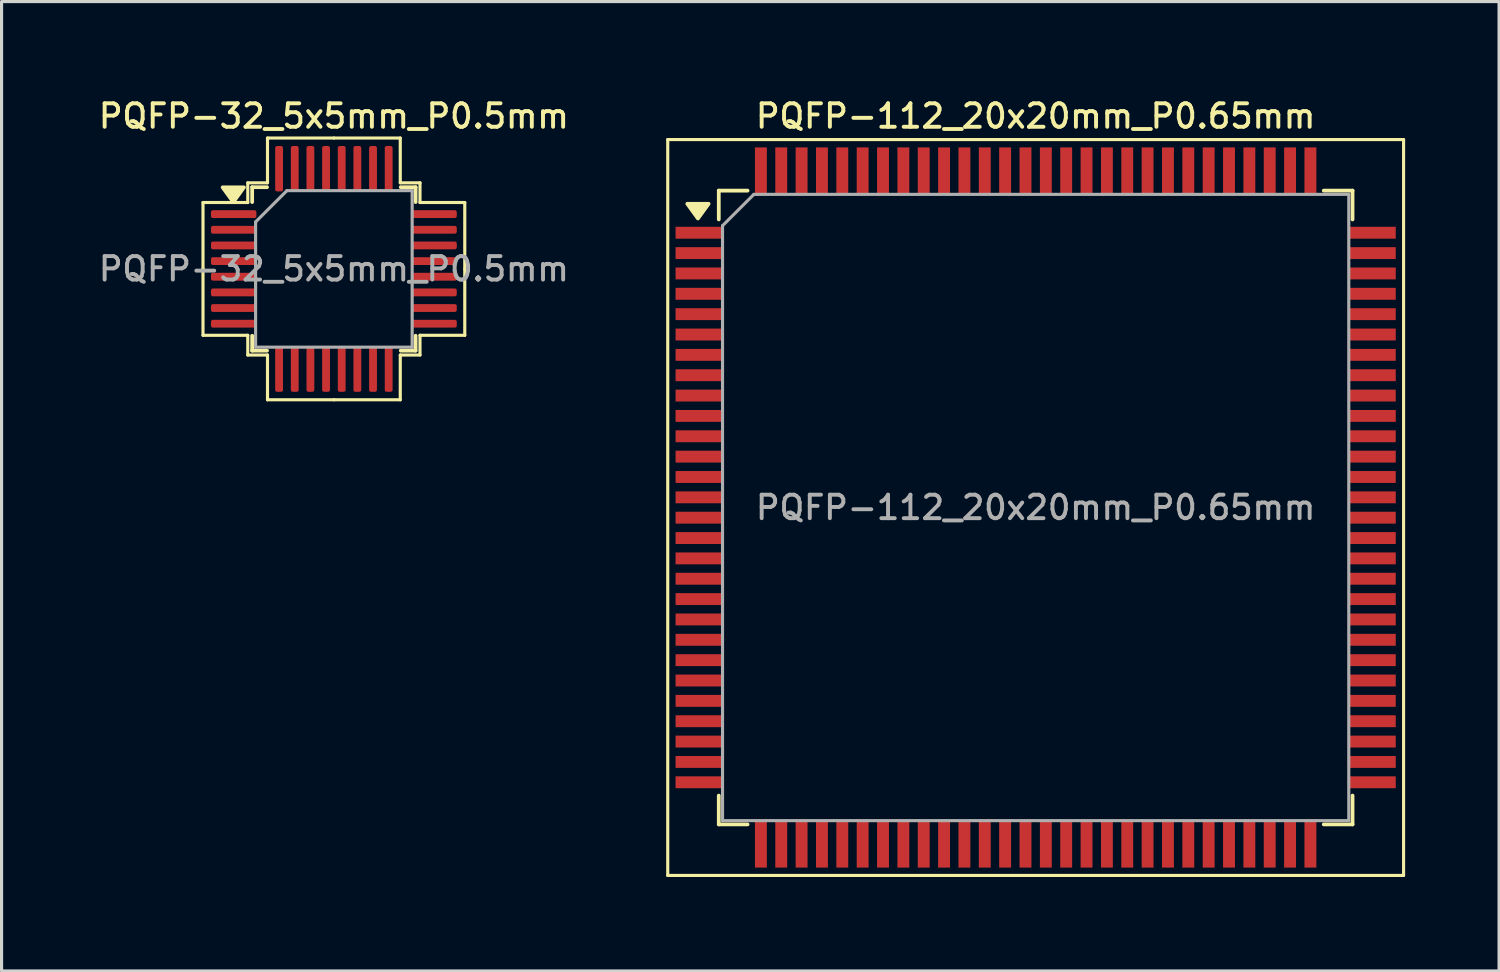
<source format=kicad_pcb>
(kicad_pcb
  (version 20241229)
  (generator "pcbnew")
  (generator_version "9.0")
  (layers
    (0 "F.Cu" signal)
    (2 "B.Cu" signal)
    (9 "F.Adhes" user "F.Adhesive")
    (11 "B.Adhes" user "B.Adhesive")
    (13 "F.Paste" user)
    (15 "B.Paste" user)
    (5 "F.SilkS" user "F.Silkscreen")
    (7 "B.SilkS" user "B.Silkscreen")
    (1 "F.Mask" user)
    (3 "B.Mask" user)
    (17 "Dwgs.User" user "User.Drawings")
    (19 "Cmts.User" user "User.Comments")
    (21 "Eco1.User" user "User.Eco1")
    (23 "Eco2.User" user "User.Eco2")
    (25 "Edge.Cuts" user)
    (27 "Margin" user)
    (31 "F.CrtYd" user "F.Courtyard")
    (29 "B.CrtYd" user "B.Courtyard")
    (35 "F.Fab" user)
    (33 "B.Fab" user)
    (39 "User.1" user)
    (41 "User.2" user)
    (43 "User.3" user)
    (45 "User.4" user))
  (footprint "PQFP-112_20x20mm_P0.65mm"
    (layer "F.Cu")
    (at 30.025 13.158)
    (property "Reference" "PQFP-112_20x20mm_P0.65mm" (at 0 -12.5 0) (layer "F.SilkS") (effects (font (size 0.75 0.75) (thickness 0.125))))
    (attr smd)
    (fp_line (start -11.75 -11.75) (end -11.75 11.75) (stroke (width 0.1) (type solid)) (layer "F.SilkS"))
    (fp_line (start -11.75 -11.75) (end 11.75 -11.75) (stroke (width 0.1) (type solid)) (layer "F.SilkS"))
    (fp_line (start -11.75 11.75) (end 11.75 11.75) (stroke (width 0.1) (type solid)) (layer "F.SilkS"))
    (fp_line (start -10.12 -10.12) (end -10.12 -9.2) (stroke (width 0.12) (type solid)) (layer "F.SilkS"))
    (fp_line (start -10.12 10.12) (end -10.12 9.2) (stroke (width 0.12) (type solid)) (layer "F.SilkS"))
    (fp_line (start -9.2 -10.12) (end -10.12 -10.12) (stroke (width 0.12) (type solid)) (layer "F.SilkS"))
    (fp_line (start -9.2 10.12) (end -10.12 10.12) (stroke (width 0.12) (type solid)) (layer "F.SilkS"))
    (fp_line (start 9.2 -10.12) (end 10.12 -10.12) (stroke (width 0.12) (type solid)) (layer "F.SilkS"))
    (fp_line (start 9.2 10.12) (end 10.12 10.12) (stroke (width 0.12) (type solid)) (layer "F.SilkS"))
    (fp_line (start 10.12 -10.12) (end 10.12 -9.2) (stroke (width 0.12) (type solid)) (layer "F.SilkS"))
    (fp_line (start 10.12 10.12) (end 10.12 9.2) (stroke (width 0.12) (type solid)) (layer "F.SilkS"))
    (fp_line (start 11.75 -11.75) (end 11.75 11.75) (stroke (width 0.1) (type solid)) (layer "F.SilkS"))
    (fp_poly (pts (xy -10.785 -9.23) (xy -11.125 -9.7) (xy -10.445 -9.7) (xy -10.785 -9.23)) (stroke (width 0.12) (type solid)) (fill yes) (layer "F.SilkS"))
    (fp_line (start -10 -9) (end -10 10) (stroke (width 0.1) (type solid)) (layer "F.Fab"))
    (fp_line (start -9 -10) (end -10 -9) (stroke (width 0.1) (type solid)) (layer "F.Fab"))
    (fp_line (start -9 -10) (end 10 -10) (stroke (width 0.1) (type solid)) (layer "F.Fab"))
    (fp_line (start 10 10) (end -10 10) (stroke (width 0.1) (type solid)) (layer "F.Fab"))
    (fp_line (start 10 10) (end 10 -10) (stroke (width 0.1) (type solid)) (layer "F.Fab"))
    (fp_text user "${REFERENCE}" (at 0 0 0) (layer "F.Fab") (effects (font (size 0.75 0.75) (thickness 0.125))))
    (pad "1" smd rect (at -10.75 -8.775) (size 1.5 0.38) (layers "F.Cu" "F.Mask" "F.Paste"))
    (pad "2" smd rect (at -10.75 -8.125) (size 1.5 0.38) (layers "F.Cu" "F.Mask" "F.Paste"))
    (pad "3" smd rect (at -10.75 -7.475) (size 1.5 0.38) (layers "F.Cu" "F.Mask" "F.Paste"))
    (pad "4" smd rect (at -10.75 -6.825) (size 1.5 0.38) (layers "F.Cu" "F.Mask" "F.Paste"))
    (pad "5" smd rect (at -10.75 -6.175) (size 1.5 0.38) (layers "F.Cu" "F.Mask" "F.Paste"))
    (pad "6" smd rect (at -10.75 -5.525) (size 1.5 0.38) (layers "F.Cu" "F.Mask" "F.Paste"))
    (pad "7" smd rect (at -10.75 -4.875) (size 1.5 0.38) (layers "F.Cu" "F.Mask" "F.Paste"))
    (pad "8" smd rect (at -10.75 -4.225) (size 1.5 0.38) (layers "F.Cu" "F.Mask" "F.Paste"))
    (pad "9" smd rect (at -10.75 -3.575) (size 1.5 0.38) (layers "F.Cu" "F.Mask" "F.Paste"))
    (pad "10" smd rect (at -10.75 -2.925) (size 1.5 0.38) (layers "F.Cu" "F.Mask" "F.Paste"))
    (pad "11" smd rect (at -10.75 -2.275) (size 1.5 0.38) (layers "F.Cu" "F.Mask" "F.Paste"))
    (pad "12" smd rect (at -10.75 -1.625) (size 1.5 0.38) (layers "F.Cu" "F.Mask" "F.Paste"))
    (pad "13" smd rect (at -10.75 -0.975) (size 1.5 0.38) (layers "F.Cu" "F.Mask" "F.Paste"))
    (pad "14" smd rect (at -10.75 -0.325) (size 1.5 0.38) (layers "F.Cu" "F.Mask" "F.Paste"))
    (pad "15" smd rect (at -10.75 0.325) (size 1.5 0.38) (layers "F.Cu" "F.Mask" "F.Paste"))
    (pad "16" smd rect (at -10.75 0.975) (size 1.5 0.38) (layers "F.Cu" "F.Mask" "F.Paste"))
    (pad "17" smd rect (at -10.75 1.625) (size 1.5 0.38) (layers "F.Cu" "F.Mask" "F.Paste"))
    (pad "18" smd rect (at -10.75 2.275) (size 1.5 0.38) (layers "F.Cu" "F.Mask" "F.Paste"))
    (pad "19" smd rect (at -10.75 2.925) (size 1.5 0.38) (layers "F.Cu" "F.Mask" "F.Paste"))
    (pad "20" smd rect (at -10.75 3.575) (size 1.5 0.38) (layers "F.Cu" "F.Mask" "F.Paste"))
    (pad "21" smd rect (at -10.75 4.225) (size 1.5 0.38) (layers "F.Cu" "F.Mask" "F.Paste"))
    (pad "22" smd rect (at -10.75 4.875) (size 1.5 0.38) (layers "F.Cu" "F.Mask" "F.Paste"))
    (pad "23" smd rect (at -10.75 5.525) (size 1.5 0.38) (layers "F.Cu" "F.Mask" "F.Paste"))
    (pad "24" smd rect (at -10.75 6.175) (size 1.5 0.38) (layers "F.Cu" "F.Mask" "F.Paste"))
    (pad "25" smd rect (at -10.75 6.825) (size 1.5 0.38) (layers "F.Cu" "F.Mask" "F.Paste"))
    (pad "26" smd rect (at -10.75 7.475) (size 1.5 0.38) (layers "F.Cu" "F.Mask" "F.Paste"))
    (pad "27" smd rect (at -10.75 8.125) (size 1.5 0.38) (layers "F.Cu" "F.Mask" "F.Paste"))
    (pad "28" smd rect (at -10.75 8.775) (size 1.5 0.38) (layers "F.Cu" "F.Mask" "F.Paste"))
    (pad "29" smd rect (at -8.775 10.75) (size 0.38 1.5) (layers "F.Cu" "F.Mask" "F.Paste"))
    (pad "30" smd rect (at -8.125 10.75) (size 0.38 1.5) (layers "F.Cu" "F.Mask" "F.Paste"))
    (pad "31" smd rect (at -7.475 10.75) (size 0.38 1.5) (layers "F.Cu" "F.Mask" "F.Paste"))
    (pad "32" smd rect (at -6.825 10.75) (size 0.38 1.5) (layers "F.Cu" "F.Mask" "F.Paste"))
    (pad "33" smd rect (at -6.175 10.75) (size 0.38 1.5) (layers "F.Cu" "F.Mask" "F.Paste"))
    (pad "34" smd rect (at -5.525 10.75) (size 0.38 1.5) (layers "F.Cu" "F.Mask" "F.Paste"))
    (pad "35" smd rect (at -4.875 10.75) (size 0.38 1.5) (layers "F.Cu" "F.Mask" "F.Paste"))
    (pad "36" smd rect (at -4.225 10.75) (size 0.38 1.5) (layers "F.Cu" "F.Mask" "F.Paste"))
    (pad "37" smd rect (at -3.575 10.75) (size 0.38 1.5) (layers "F.Cu" "F.Mask" "F.Paste"))
    (pad "38" smd rect (at -2.925 10.75) (size 0.38 1.5) (layers "F.Cu" "F.Mask" "F.Paste"))
    (pad "39" smd rect (at -2.275 10.75) (size 0.38 1.5) (layers "F.Cu" "F.Mask" "F.Paste"))
    (pad "40" smd rect (at -1.625 10.75) (size 0.38 1.5) (layers "F.Cu" "F.Mask" "F.Paste"))
    (pad "41" smd rect (at -0.975 10.75) (size 0.38 1.5) (layers "F.Cu" "F.Mask" "F.Paste"))
    (pad "42" smd rect (at -0.325 10.75) (size 0.38 1.5) (layers "F.Cu" "F.Mask" "F.Paste"))
    (pad "43" smd rect (at 0.325 10.75) (size 0.38 1.5) (layers "F.Cu" "F.Mask" "F.Paste"))
    (pad "44" smd rect (at 0.975 10.75) (size 0.38 1.5) (layers "F.Cu" "F.Mask" "F.Paste"))
    (pad "45" smd rect (at 1.625 10.75) (size 0.38 1.5) (layers "F.Cu" "F.Mask" "F.Paste"))
    (pad "46" smd rect (at 2.275 10.75) (size 0.38 1.5) (layers "F.Cu" "F.Mask" "F.Paste"))
    (pad "47" smd rect (at 2.925 10.75) (size 0.38 1.5) (layers "F.Cu" "F.Mask" "F.Paste"))
    (pad "48" smd rect (at 3.575 10.75) (size 0.38 1.5) (layers "F.Cu" "F.Mask" "F.Paste"))
    (pad "49" smd rect (at 4.225 10.75) (size 0.38 1.5) (layers "F.Cu" "F.Mask" "F.Paste"))
    (pad "50" smd rect (at 4.875 10.75) (size 0.38 1.5) (layers "F.Cu" "F.Mask" "F.Paste"))
    (pad "51" smd rect (at 5.525 10.75) (size 0.38 1.5) (layers "F.Cu" "F.Mask" "F.Paste"))
    (pad "52" smd rect (at 6.175 10.75) (size 0.38 1.5) (layers "F.Cu" "F.Mask" "F.Paste"))
    (pad "53" smd rect (at 6.825 10.75) (size 0.38 1.5) (layers "F.Cu" "F.Mask" "F.Paste"))
    (pad "54" smd rect (at 7.475 10.75) (size 0.38 1.5) (layers "F.Cu" "F.Mask" "F.Paste"))
    (pad "55" smd rect (at 8.125 10.75) (size 0.38 1.5) (layers "F.Cu" "F.Mask" "F.Paste"))
    (pad "56" smd rect (at 8.775 10.75) (size 0.38 1.5) (layers "F.Cu" "F.Mask" "F.Paste"))
    (pad "57" smd rect (at 10.75 8.775) (size 1.5 0.38) (layers "F.Cu" "F.Mask" "F.Paste"))
    (pad "58" smd rect (at 10.75 8.125) (size 1.5 0.38) (layers "F.Cu" "F.Mask" "F.Paste"))
    (pad "59" smd rect (at 10.75 7.475) (size 1.5 0.38) (layers "F.Cu" "F.Mask" "F.Paste"))
    (pad "60" smd rect (at 10.75 6.825) (size 1.5 0.38) (layers "F.Cu" "F.Mask" "F.Paste"))
    (pad "61" smd rect (at 10.75 6.175) (size 1.5 0.38) (layers "F.Cu" "F.Mask" "F.Paste"))
    (pad "62" smd rect (at 10.75 5.525) (size 1.5 0.38) (layers "F.Cu" "F.Mask" "F.Paste"))
    (pad "63" smd rect (at 10.75 4.875) (size 1.5 0.38) (layers "F.Cu" "F.Mask" "F.Paste"))
    (pad "64" smd rect (at 10.75 4.225) (size 1.5 0.38) (layers "F.Cu" "F.Mask" "F.Paste"))
    (pad "65" smd rect (at 10.75 3.575) (size 1.5 0.38) (layers "F.Cu" "F.Mask" "F.Paste"))
    (pad "66" smd rect (at 10.75 2.925) (size 1.5 0.38) (layers "F.Cu" "F.Mask" "F.Paste"))
    (pad "67" smd rect (at 10.75 2.275) (size 1.5 0.38) (layers "F.Cu" "F.Mask" "F.Paste"))
    (pad "68" smd rect (at 10.75 1.625) (size 1.5 0.38) (layers "F.Cu" "F.Mask" "F.Paste"))
    (pad "69" smd rect (at 10.75 0.975) (size 1.5 0.38) (layers "F.Cu" "F.Mask" "F.Paste"))
    (pad "70" smd rect (at 10.75 0.325) (size 1.5 0.38) (layers "F.Cu" "F.Mask" "F.Paste"))
    (pad "71" smd rect (at 10.75 -0.325) (size 1.5 0.38) (layers "F.Cu" "F.Mask" "F.Paste"))
    (pad "72" smd rect (at 10.75 -0.975) (size 1.5 0.38) (layers "F.Cu" "F.Mask" "F.Paste"))
    (pad "73" smd rect (at 10.75 -1.625) (size 1.5 0.38) (layers "F.Cu" "F.Mask" "F.Paste"))
    (pad "74" smd rect (at 10.75 -2.275) (size 1.5 0.38) (layers "F.Cu" "F.Mask" "F.Paste"))
    (pad "75" smd rect (at 10.75 -2.925) (size 1.5 0.38) (layers "F.Cu" "F.Mask" "F.Paste"))
    (pad "76" smd rect (at 10.75 -3.575) (size 1.5 0.38) (layers "F.Cu" "F.Mask" "F.Paste"))
    (pad "77" smd rect (at 10.75 -4.225) (size 1.5 0.38) (layers "F.Cu" "F.Mask" "F.Paste"))
    (pad "78" smd rect (at 10.75 -4.875) (size 1.5 0.38) (layers "F.Cu" "F.Mask" "F.Paste"))
    (pad "79" smd rect (at 10.75 -5.525) (size 1.5 0.38) (layers "F.Cu" "F.Mask" "F.Paste"))
    (pad "80" smd rect (at 10.75 -6.175) (size 1.5 0.38) (layers "F.Cu" "F.Mask" "F.Paste"))
    (pad "81" smd rect (at 10.75 -6.825) (size 1.5 0.38) (layers "F.Cu" "F.Mask" "F.Paste"))
    (pad "82" smd rect (at 10.75 -7.475) (size 1.5 0.38) (layers "F.Cu" "F.Mask" "F.Paste"))
    (pad "83" smd rect (at 10.75 -8.125) (size 1.5 0.38) (layers "F.Cu" "F.Mask" "F.Paste"))
    (pad "84" smd rect (at 10.75 -8.775) (size 1.5 0.38) (layers "F.Cu" "F.Mask" "F.Paste"))
    (pad "85" smd rect (at 8.775 -10.75) (size 0.38 1.5) (layers "F.Cu" "F.Mask" "F.Paste"))
    (pad "86" smd rect (at 8.125 -10.75) (size 0.38 1.5) (layers "F.Cu" "F.Mask" "F.Paste"))
    (pad "87" smd rect (at 7.475 -10.75) (size 0.38 1.5) (layers "F.Cu" "F.Mask" "F.Paste"))
    (pad "88" smd rect (at 6.825 -10.75) (size 0.38 1.5) (layers "F.Cu" "F.Mask" "F.Paste"))
    (pad "89" smd rect (at 6.175 -10.75) (size 0.38 1.5) (layers "F.Cu" "F.Mask" "F.Paste"))
    (pad "90" smd rect (at 5.525 -10.75) (size 0.38 1.5) (layers "F.Cu" "F.Mask" "F.Paste"))
    (pad "91" smd rect (at 4.875 -10.75) (size 0.38 1.5) (layers "F.Cu" "F.Mask" "F.Paste"))
    (pad "92" smd rect (at 4.225 -10.75) (size 0.38 1.5) (layers "F.Cu" "F.Mask" "F.Paste"))
    (pad "93" smd rect (at 3.575 -10.75) (size 0.38 1.5) (layers "F.Cu" "F.Mask" "F.Paste"))
    (pad "94" smd rect (at 2.925 -10.75) (size 0.38 1.5) (layers "F.Cu" "F.Mask" "F.Paste"))
    (pad "95" smd rect (at 2.275 -10.75) (size 0.38 1.5) (layers "F.Cu" "F.Mask" "F.Paste"))
    (pad "96" smd rect (at 1.625 -10.75) (size 0.38 1.5) (layers "F.Cu" "F.Mask" "F.Paste"))
    (pad "97" smd rect (at 0.975 -10.75) (size 0.38 1.5) (layers "F.Cu" "F.Mask" "F.Paste"))
    (pad "98" smd rect (at 0.325 -10.75) (size 0.38 1.5) (layers "F.Cu" "F.Mask" "F.Paste"))
    (pad "99" smd rect (at -0.325 -10.75) (size 0.38 1.5) (layers "F.Cu" "F.Mask" "F.Paste"))
    (pad "100" smd rect (at -0.975 -10.75) (size 0.38 1.5) (layers "F.Cu" "F.Mask" "F.Paste"))
    (pad "101" smd rect (at -1.625 -10.75) (size 0.38 1.5) (layers "F.Cu" "F.Mask" "F.Paste"))
    (pad "102" smd rect (at -2.275 -10.75) (size 0.38 1.5) (layers "F.Cu" "F.Mask" "F.Paste"))
    (pad "103" smd rect (at -2.925 -10.75) (size 0.38 1.5) (layers "F.Cu" "F.Mask" "F.Paste"))
    (pad "104" smd rect (at -3.575 -10.75) (size 0.38 1.5) (layers "F.Cu" "F.Mask" "F.Paste"))
    (pad "105" smd rect (at -4.225 -10.75) (size 0.38 1.5) (layers "F.Cu" "F.Mask" "F.Paste"))
    (pad "106" smd rect (at -4.875 -10.75) (size 0.38 1.5) (layers "F.Cu" "F.Mask" "F.Paste"))
    (pad "107" smd rect (at -5.525 -10.75) (size 0.38 1.5) (layers "F.Cu" "F.Mask" "F.Paste"))
    (pad "108" smd rect (at -6.175 -10.75) (size 0.38 1.5) (layers "F.Cu" "F.Mask" "F.Paste"))
    (pad "109" smd rect (at -6.825 -10.75) (size 0.38 1.5) (layers "F.Cu" "F.Mask" "F.Paste"))
    (pad "110" smd rect (at -7.475 -10.75) (size 0.38 1.5) (layers "F.Cu" "F.Mask" "F.Paste"))
    (pad "111" smd rect (at -8.125 -10.75) (size 0.38 1.5) (layers "F.Cu" "F.Mask" "F.Paste"))
    (pad "112" smd rect (at -8.775 -10.75) (size 0.38 1.5) (layers "F.Cu" "F.Mask" "F.Paste")))
  (footprint "PQFP-32_5x5mm_P0.5mm"
    (layer "F.Cu")
    (at 7.613 5.538)
    (property "Reference" "PQFP-32_5x5mm_P0.5mm" (at 0 -4.88 0) (layer "F.SilkS") (effects (font (size 0.75 0.75) (thickness 0.125))))
    (attr smd)
    (fp_line (start -4.18 -2.12) (end -4.18 0) (stroke (width 0.1) (type solid)) (layer "F.SilkS"))
    (fp_line (start -4.18 2.12) (end -4.18 0) (stroke (width 0.1) (type solid)) (layer "F.SilkS"))
    (fp_line (start -2.75 -2.75) (end -2.75 -2.12) (stroke (width 0.1) (type solid)) (layer "F.SilkS"))
    (fp_line (start -2.75 -2.12) (end -4.18 -2.12) (stroke (width 0.1) (type solid)) (layer "F.SilkS"))
    (fp_line (start -2.75 2.12) (end -4.18 2.12) (stroke (width 0.1) (type solid)) (layer "F.SilkS"))
    (fp_line (start -2.75 2.75) (end -2.75 2.12) (stroke (width 0.1) (type solid)) (layer "F.SilkS"))
    (fp_line (start -2.61 -2.61) (end -2.61 -2.135) (stroke (width 0.12) (type solid)) (layer "F.SilkS"))
    (fp_line (start -2.61 2.61) (end -2.61 2.135) (stroke (width 0.12) (type solid)) (layer "F.SilkS"))
    (fp_line (start -2.135 -2.61) (end -2.61 -2.61) (stroke (width 0.12) (type solid)) (layer "F.SilkS"))
    (fp_line (start -2.135 2.61) (end -2.61 2.61) (stroke (width 0.12) (type solid)) (layer "F.SilkS"))
    (fp_line (start -2.12 -4.18) (end -2.12 -2.75) (stroke (width 0.1) (type solid)) (layer "F.SilkS"))
    (fp_line (start -2.12 -2.75) (end -2.75 -2.75) (stroke (width 0.1) (type solid)) (layer "F.SilkS"))
    (fp_line (start -2.12 2.75) (end -2.75 2.75) (stroke (width 0.1) (type solid)) (layer "F.SilkS"))
    (fp_line (start -2.12 4.18) (end -2.12 2.75) (stroke (width 0.1) (type solid)) (layer "F.SilkS"))
    (fp_line (start 0 -4.18) (end -2.12 -4.18) (stroke (width 0.1) (type solid)) (layer "F.SilkS"))
    (fp_line (start 0 -4.18) (end 2.12 -4.18) (stroke (width 0.1) (type solid)) (layer "F.SilkS"))
    (fp_line (start 0 4.18) (end -2.12 4.18) (stroke (width 0.1) (type solid)) (layer "F.SilkS"))
    (fp_line (start 0 4.18) (end 2.12 4.18) (stroke (width 0.1) (type solid)) (layer "F.SilkS"))
    (fp_line (start 2.12 -4.18) (end 2.12 -2.75) (stroke (width 0.1) (type solid)) (layer "F.SilkS"))
    (fp_line (start 2.12 -2.75) (end 2.75 -2.75) (stroke (width 0.1) (type solid)) (layer "F.SilkS"))
    (fp_line (start 2.12 2.75) (end 2.75 2.75) (stroke (width 0.1) (type solid)) (layer "F.SilkS"))
    (fp_line (start 2.12 4.18) (end 2.12 2.75) (stroke (width 0.1) (type solid)) (layer "F.SilkS"))
    (fp_line (start 2.135 -2.61) (end 2.61 -2.61) (stroke (width 0.12) (type solid)) (layer "F.SilkS"))
    (fp_line (start 2.135 2.61) (end 2.61 2.61) (stroke (width 0.12) (type solid)) (layer "F.SilkS"))
    (fp_line (start 2.61 -2.61) (end 2.61 -2.135) (stroke (width 0.12) (type solid)) (layer "F.SilkS"))
    (fp_line (start 2.61 2.61) (end 2.61 2.135) (stroke (width 0.12) (type solid)) (layer "F.SilkS"))
    (fp_line (start 2.75 -2.75) (end 2.75 -2.12) (stroke (width 0.1) (type solid)) (layer "F.SilkS"))
    (fp_line (start 2.75 -2.12) (end 4.18 -2.12) (stroke (width 0.1) (type solid)) (layer "F.SilkS"))
    (fp_line (start 2.75 2.12) (end 4.18 2.12) (stroke (width 0.1) (type solid)) (layer "F.SilkS"))
    (fp_line (start 2.75 2.75) (end 2.75 2.12) (stroke (width 0.1) (type solid)) (layer "F.SilkS"))
    (fp_line (start 4.18 -2.12) (end 4.18 0) (stroke (width 0.1) (type solid)) (layer "F.SilkS"))
    (fp_line (start 4.18 2.12) (end 4.18 0) (stroke (width 0.1) (type solid)) (layer "F.SilkS"))
    (fp_poly (pts (xy -3.212 -2.135) (xy -3.553 -2.605) (xy -2.873 -2.605) (xy -3.212 -2.135)) (stroke (width 0.12) (type solid)) (fill yes) (layer "F.SilkS"))
    (fp_line (start -2.5 -1.5) (end -1.5 -2.5) (stroke (width 0.1) (type solid)) (layer "F.Fab"))
    (fp_line (start -2.5 2.5) (end -2.5 -1.5) (stroke (width 0.1) (type solid)) (layer "F.Fab"))
    (fp_line (start -1.5 -2.5) (end 2.5 -2.5) (stroke (width 0.1) (type solid)) (layer "F.Fab"))
    (fp_line (start 2.5 -2.5) (end 2.5 2.5) (stroke (width 0.1) (type solid)) (layer "F.Fab"))
    (fp_line (start 2.5 2.5) (end -2.5 2.5) (stroke (width 0.1) (type solid)) (layer "F.Fab"))
    (fp_text user "${REFERENCE}" (at 0 0 0) (layer "F.Fab") (effects (font (size 0.75 0.75) (thickness 0.125))))
    (pad "1" smd roundrect (at -3.2 -1.75) (size 1.45 0.25) (layers "F.Cu" "F.Mask" "F.Paste") (roundrect_rratio 0.25))
    (pad "2" smd roundrect (at -3.2 -1.25) (size 1.45 0.25) (layers "F.Cu" "F.Mask" "F.Paste") (roundrect_rratio 0.25))
    (pad "3" smd roundrect (at -3.2 -0.75) (size 1.45 0.25) (layers "F.Cu" "F.Mask" "F.Paste") (roundrect_rratio 0.25))
    (pad "4" smd roundrect (at -3.2 -0.25) (size 1.45 0.25) (layers "F.Cu" "F.Mask" "F.Paste") (roundrect_rratio 0.25))
    (pad "5" smd roundrect (at -3.2 0.25) (size 1.45 0.25) (layers "F.Cu" "F.Mask" "F.Paste") (roundrect_rratio 0.25))
    (pad "6" smd roundrect (at -3.2 0.75) (size 1.45 0.25) (layers "F.Cu" "F.Mask" "F.Paste") (roundrect_rratio 0.25))
    (pad "7" smd roundrect (at -3.2 1.25) (size 1.45 0.25) (layers "F.Cu" "F.Mask" "F.Paste") (roundrect_rratio 0.25))
    (pad "8" smd roundrect (at -3.2 1.75) (size 1.45 0.25) (layers "F.Cu" "F.Mask" "F.Paste") (roundrect_rratio 0.25))
    (pad "9" smd roundrect (at -1.75 3.2) (size 0.25 1.45) (layers "F.Cu" "F.Mask" "F.Paste") (roundrect_rratio 0.25))
    (pad "10" smd roundrect (at -1.25 3.2) (size 0.25 1.45) (layers "F.Cu" "F.Mask" "F.Paste") (roundrect_rratio 0.25))
    (pad "11" smd roundrect (at -0.75 3.2) (size 0.25 1.45) (layers "F.Cu" "F.Mask" "F.Paste") (roundrect_rratio 0.25))
    (pad "12" smd roundrect (at -0.25 3.2) (size 0.25 1.45) (layers "F.Cu" "F.Mask" "F.Paste") (roundrect_rratio 0.25))
    (pad "13" smd roundrect (at 0.25 3.2) (size 0.25 1.45) (layers "F.Cu" "F.Mask" "F.Paste") (roundrect_rratio 0.25))
    (pad "14" smd roundrect (at 0.75 3.2) (size 0.25 1.45) (layers "F.Cu" "F.Mask" "F.Paste") (roundrect_rratio 0.25))
    (pad "15" smd roundrect (at 1.25 3.2) (size 0.25 1.45) (layers "F.Cu" "F.Mask" "F.Paste") (roundrect_rratio 0.25))
    (pad "16" smd roundrect (at 1.75 3.2) (size 0.25 1.45) (layers "F.Cu" "F.Mask" "F.Paste") (roundrect_rratio 0.25))
    (pad "17" smd roundrect (at 3.2 1.75) (size 1.45 0.25) (layers "F.Cu" "F.Mask" "F.Paste") (roundrect_rratio 0.25))
    (pad "18" smd roundrect (at 3.2 1.25) (size 1.45 0.25) (layers "F.Cu" "F.Mask" "F.Paste") (roundrect_rratio 0.25))
    (pad "19" smd roundrect (at 3.2 0.75) (size 1.45 0.25) (layers "F.Cu" "F.Mask" "F.Paste") (roundrect_rratio 0.25))
    (pad "20" smd roundrect (at 3.2 0.25) (size 1.45 0.25) (layers "F.Cu" "F.Mask" "F.Paste") (roundrect_rratio 0.25))
    (pad "21" smd roundrect (at 3.2 -0.25) (size 1.45 0.25) (layers "F.Cu" "F.Mask" "F.Paste") (roundrect_rratio 0.25))
    (pad "22" smd roundrect (at 3.2 -0.75) (size 1.45 0.25) (layers "F.Cu" "F.Mask" "F.Paste") (roundrect_rratio 0.25))
    (pad "23" smd roundrect (at 3.2 -1.25) (size 1.45 0.25) (layers "F.Cu" "F.Mask" "F.Paste") (roundrect_rratio 0.25))
    (pad "24" smd roundrect (at 3.2 -1.75) (size 1.45 0.25) (layers "F.Cu" "F.Mask" "F.Paste") (roundrect_rratio 0.25))
    (pad "25" smd roundrect (at 1.75 -3.2) (size 0.25 1.45) (layers "F.Cu" "F.Mask" "F.Paste") (roundrect_rratio 0.25))
    (pad "26" smd roundrect (at 1.25 -3.2) (size 0.25 1.45) (layers "F.Cu" "F.Mask" "F.Paste") (roundrect_rratio 0.25))
    (pad "27" smd roundrect (at 0.75 -3.2) (size 0.25 1.45) (layers "F.Cu" "F.Mask" "F.Paste") (roundrect_rratio 0.25))
    (pad "28" smd roundrect (at 0.25 -3.2) (size 0.25 1.45) (layers "F.Cu" "F.Mask" "F.Paste") (roundrect_rratio 0.25))
    (pad "29" smd roundrect (at -0.25 -3.2) (size 0.25 1.45) (layers "F.Cu" "F.Mask" "F.Paste") (roundrect_rratio 0.25))
    (pad "30" smd roundrect (at -0.75 -3.2) (size 0.25 1.45) (layers "F.Cu" "F.Mask" "F.Paste") (roundrect_rratio 0.25))
    (pad "31" smd roundrect (at -1.25 -3.2) (size 0.25 1.45) (layers "F.Cu" "F.Mask" "F.Paste") (roundrect_rratio 0.25))
    (pad "32" smd roundrect (at -1.75 -3.2) (size 0.25 1.45) (layers "F.Cu" "F.Mask" "F.Paste") (roundrect_rratio 0.25)))
  (gr_rect
    (start -3 -3)
    (end 44.825 27.958)
    (stroke (width 0.1) (type default))
    (fill no)
    (layer "Edge.Cuts")))
</source>
